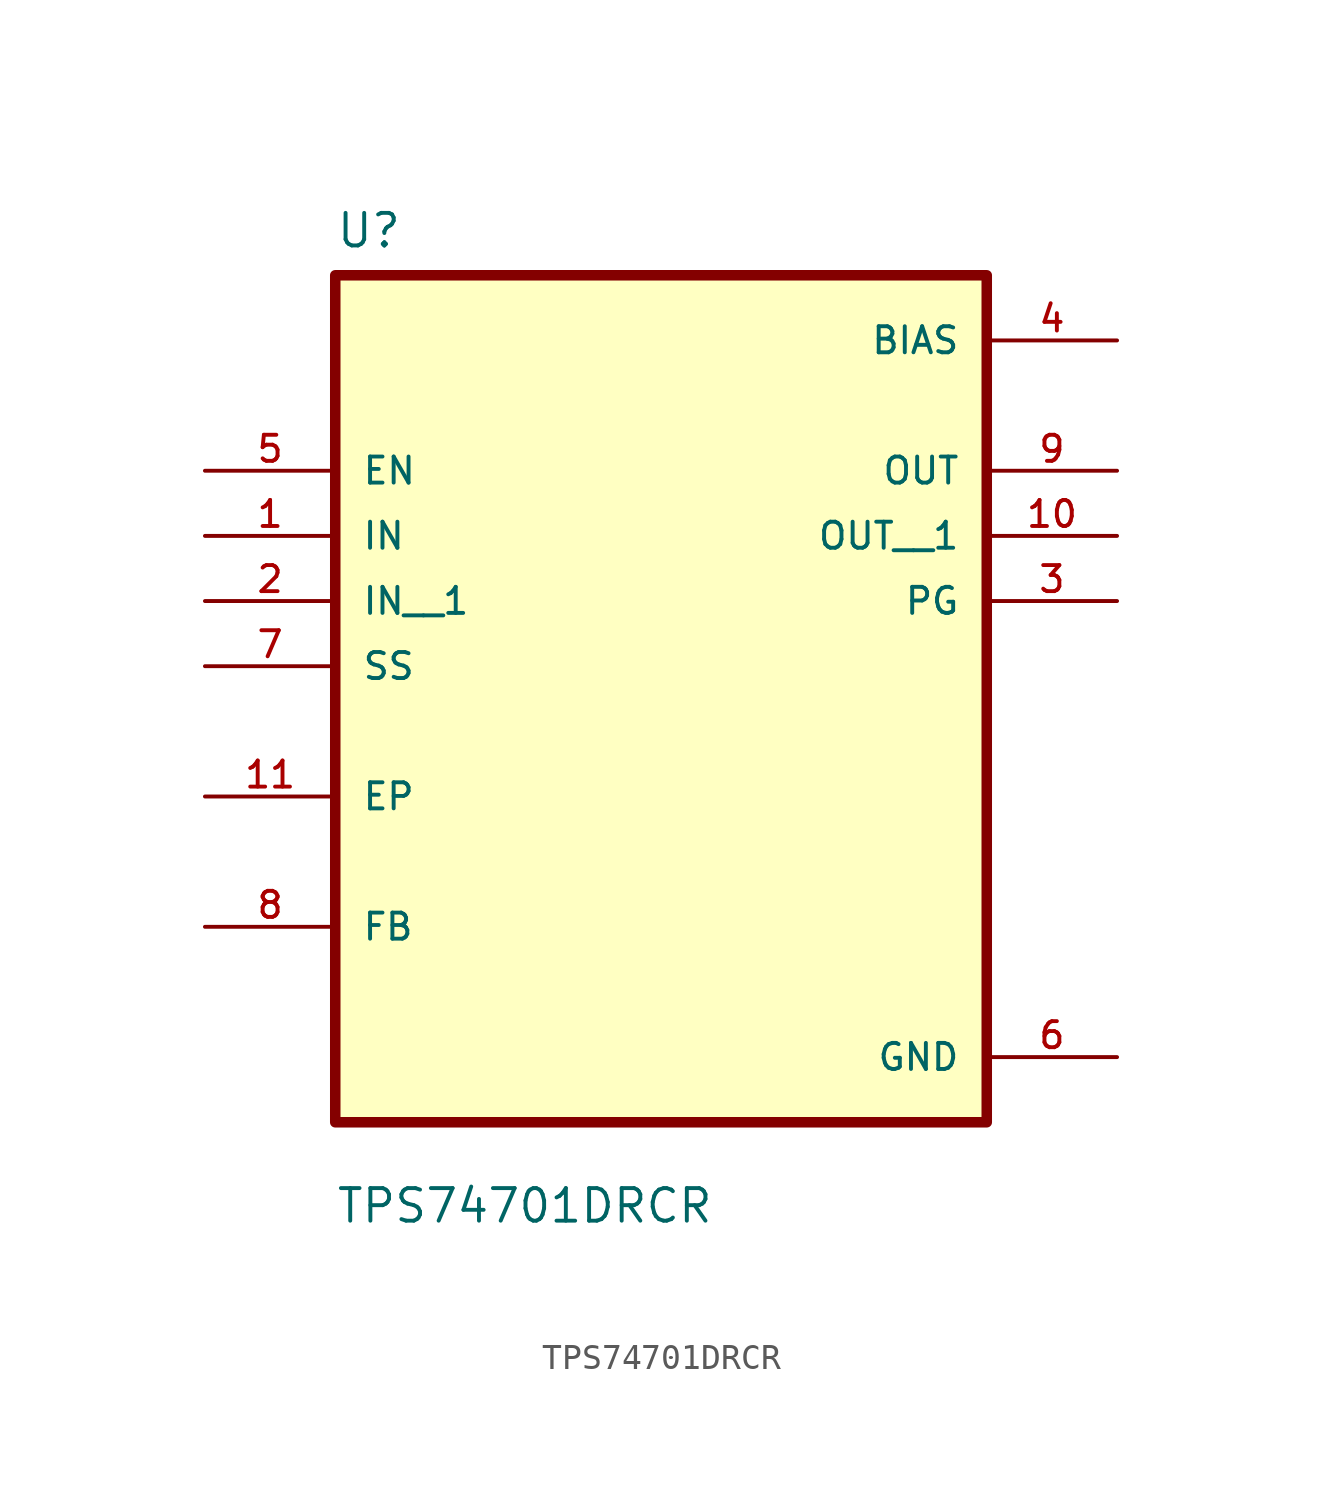
<source format=kicad_sym>
(kicad_symbol_lib
  (version 20211014)
  (generator kicad_symbol_editor)
  (symbol "TPS74701DRCR"
    (pin_names
      (offset 1.016))
    (property "Reference" "U"
      (at -12.7 16.24 0.0)
      (effects (font (size 1.27 1.27)) (justify bottom left)))
    (property "Value" "TPS74701DRCR"
      (at -12.7 -21.78 0.0)
      (effects (font (size 1.27 1.27)) (justify bottom left)))
    (symbol "TPS74701DRCR_0_0"
      (rectangle (start -12.7 -17.78) (end 12.7 15.24) (stroke (width 0.41)) (fill (type background)))
      (pin input line (at -17.78 7.62 0) (length 5.08) (name "EN" (effects (font (size 1.016 1.016)))) (number "5" (effects (font (size 1.016 1.016)))))
      (pin input line (at -17.78 5.08 0) (length 5.08) (name "IN" (effects (font (size 1.016 1.016)))) (number "1" (effects (font (size 1.016 1.016)))))
      (pin input line (at -17.78 0.0 0) (length 5.08) (name "SS" (effects (font (size 1.016 1.016)))) (number "7" (effects (font (size 1.016 1.016)))))
      (pin bidirectional line (at -17.78 -5.08 0) (length 5.08) (name "EP" (effects (font (size 1.016 1.016)))) (number "11" (effects (font (size 1.016 1.016)))))
      (pin bidirectional line (at -17.78 -10.16 0) (length 5.08) (name "FB" (effects (font (size 1.016 1.016)))) (number "8" (effects (font (size 1.016 1.016)))))
      (pin power_in line (at 17.78 12.7 180.0) (length 5.08) (name "BIAS" (effects (font (size 1.016 1.016)))) (number "4" (effects (font (size 1.016 1.016)))))
      (pin output line (at 17.78 7.62 180.0) (length 5.08) (name "OUT" (effects (font (size 1.016 1.016)))) (number "9" (effects (font (size 1.016 1.016)))))
      (pin output line (at 17.78 2.54 180.0) (length 5.08) (name "PG" (effects (font (size 1.016 1.016)))) (number "3" (effects (font (size 1.016 1.016)))))
      (pin power_in line (at 17.78 -15.24 180.0) (length 5.08) (name "GND" (effects (font (size 1.016 1.016)))) (number "6" (effects (font (size 1.016 1.016)))))
      (pin input line (at -17.78 2.54 0) (length 5.08) (name "IN__1" (effects (font (size 1.016 1.016)))) (number "2" (effects (font (size 1.016 1.016)))))
      (pin output line (at 17.78 5.08 180.0) (length 5.08) (name "OUT__1" (effects (font (size 1.016 1.016)))) (number "10" (effects (font (size 1.016 1.016))))))))
</source>
